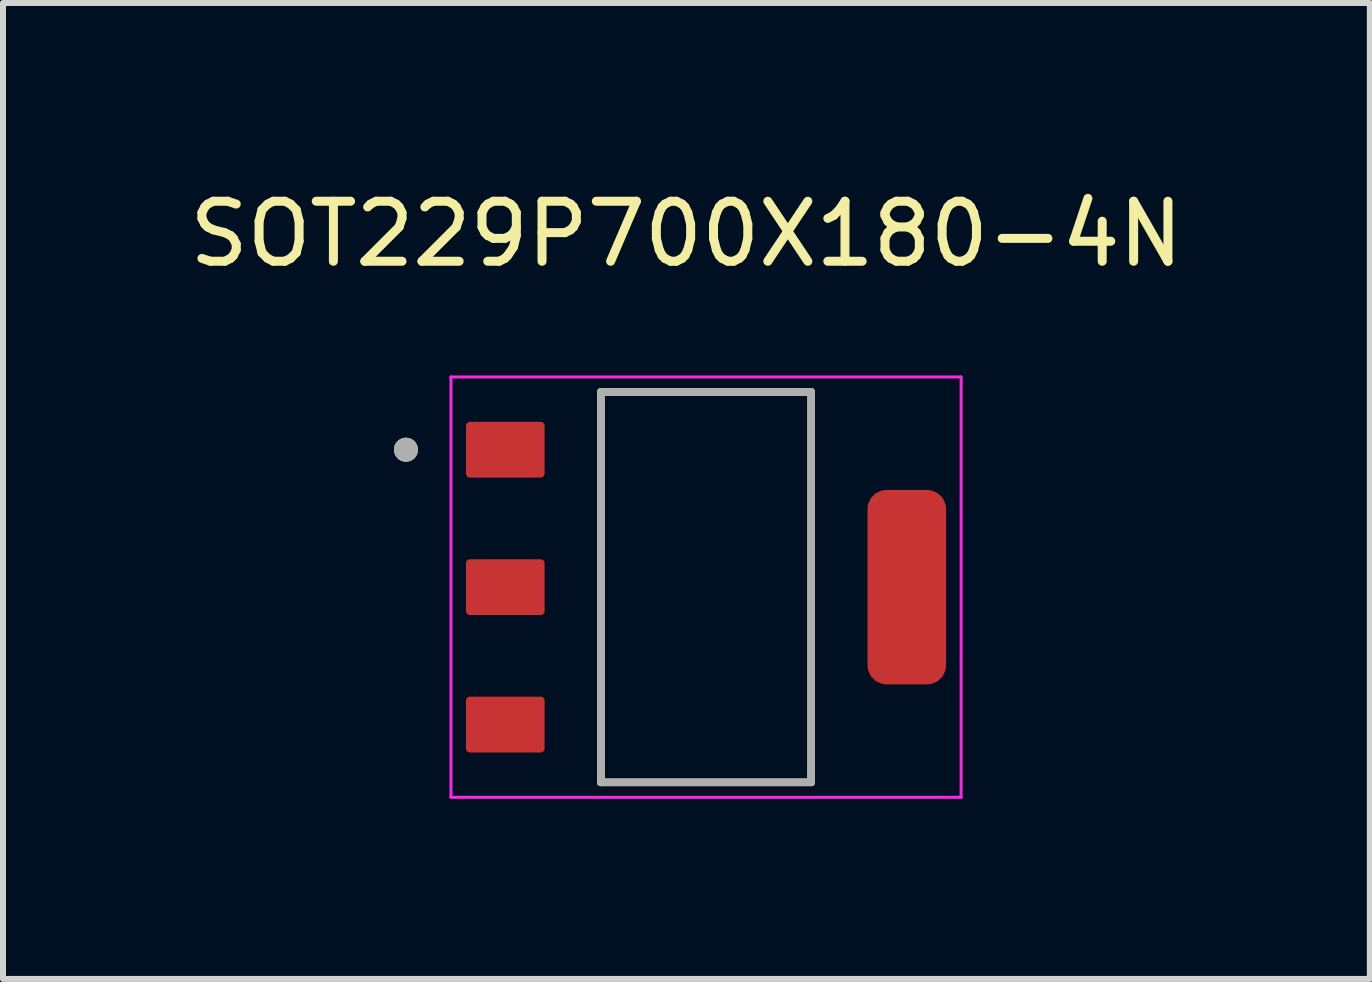
<source format=kicad_pcb>
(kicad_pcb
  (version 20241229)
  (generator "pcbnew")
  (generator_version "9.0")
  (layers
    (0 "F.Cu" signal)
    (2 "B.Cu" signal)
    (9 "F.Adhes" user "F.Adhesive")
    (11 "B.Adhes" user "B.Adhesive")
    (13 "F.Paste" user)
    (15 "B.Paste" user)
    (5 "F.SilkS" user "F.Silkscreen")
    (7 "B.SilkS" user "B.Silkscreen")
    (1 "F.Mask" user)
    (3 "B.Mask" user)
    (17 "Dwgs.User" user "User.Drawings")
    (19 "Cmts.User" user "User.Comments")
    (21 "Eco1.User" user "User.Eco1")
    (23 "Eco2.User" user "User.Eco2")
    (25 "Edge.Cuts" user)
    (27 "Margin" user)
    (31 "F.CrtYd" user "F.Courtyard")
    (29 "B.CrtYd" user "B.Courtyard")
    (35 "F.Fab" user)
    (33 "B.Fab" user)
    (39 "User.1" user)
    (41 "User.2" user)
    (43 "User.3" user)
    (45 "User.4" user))
  (footprint "SOT229P700X180-4N"
    (layer "F.Cu")
    (at 8.714 6.733)
    (property "Reference" "SOT229P700X180-4N" (at -0.328 -5.885 0) (layer "F.SilkS") (effects (font (size 1 1) (thickness 0.15))))
    (attr smd)
    (fp_line (start -1.752 -3.252) (end 1.752 -3.252) (stroke (width 0.127) (type solid)) (layer "F.SilkS"))
    (fp_line (start -1.752 3.252) (end -1.752 -3.252) (stroke (width 0.127) (type solid)) (layer "F.SilkS"))
    (fp_line (start 1.752 -3.252) (end 1.752 3.252) (stroke (width 0.127) (type solid)) (layer "F.SilkS"))
    (fp_line (start 1.752 3.252) (end -1.752 3.252) (stroke (width 0.127) (type solid)) (layer "F.SilkS"))
    (fp_circle (center -5 -2.29) (end -4.9 -2.29) (stroke (width 0.2) (type solid)) (fill no) (layer "F.SilkS"))
    (fp_line (start -4.25 -3.502) (end -4.25 3.502) (stroke (width 0.05) (type solid)) (layer "F.CrtYd"))
    (fp_line (start -4.25 3.502) (end 4.25 3.502) (stroke (width 0.05) (type solid)) (layer "F.CrtYd"))
    (fp_line (start 4.25 -3.502) (end -4.25 -3.502) (stroke (width 0.05) (type solid)) (layer "F.CrtYd"))
    (fp_line (start 4.25 3.502) (end 4.25 -3.502) (stroke (width 0.05) (type solid)) (layer "F.CrtYd"))
    (fp_line (start -1.752 -3.252) (end 1.752 -3.252) (stroke (width 0.127) (type solid)) (layer "F.Fab"))
    (fp_line (start -1.752 3.252) (end -1.752 -3.252) (stroke (width 0.127) (type solid)) (layer "F.Fab"))
    (fp_line (start 1.752 -3.252) (end 1.752 3.252) (stroke (width 0.127) (type solid)) (layer "F.Fab"))
    (fp_line (start 1.752 3.252) (end -1.752 3.252) (stroke (width 0.127) (type solid)) (layer "F.Fab"))
    (fp_circle (center -5 -2.29) (end -4.9 -2.29) (stroke (width 0.2) (type solid)) (fill no) (layer "F.Fab"))
    (pad "1" smd roundrect (at -3.345 -2.29) (size 1.31 0.93) (layers "F.Cu" "F.Mask" "F.Paste") (roundrect_rratio 0.07))
    (pad "2" smd roundrect (at -3.345 0) (size 1.31 0.93) (layers "F.Cu" "F.Mask" "F.Paste") (roundrect_rratio 0.07))
    (pad "3" smd roundrect (at -3.345 2.29) (size 1.31 0.93) (layers "F.Cu" "F.Mask" "F.Paste") (roundrect_rratio 0.07))
    (pad "4" smd roundrect (at 3.345 0) (size 1.31 3.24) (layers "F.Cu" "F.Mask" "F.Paste") (roundrect_rratio 0.24)))
  (gr_rect
    (start -3 -3)
    (end 19.774 13.261)
    (stroke (width 0.1) (type default))
    (fill no)
    (layer "Edge.Cuts")))
</source>
